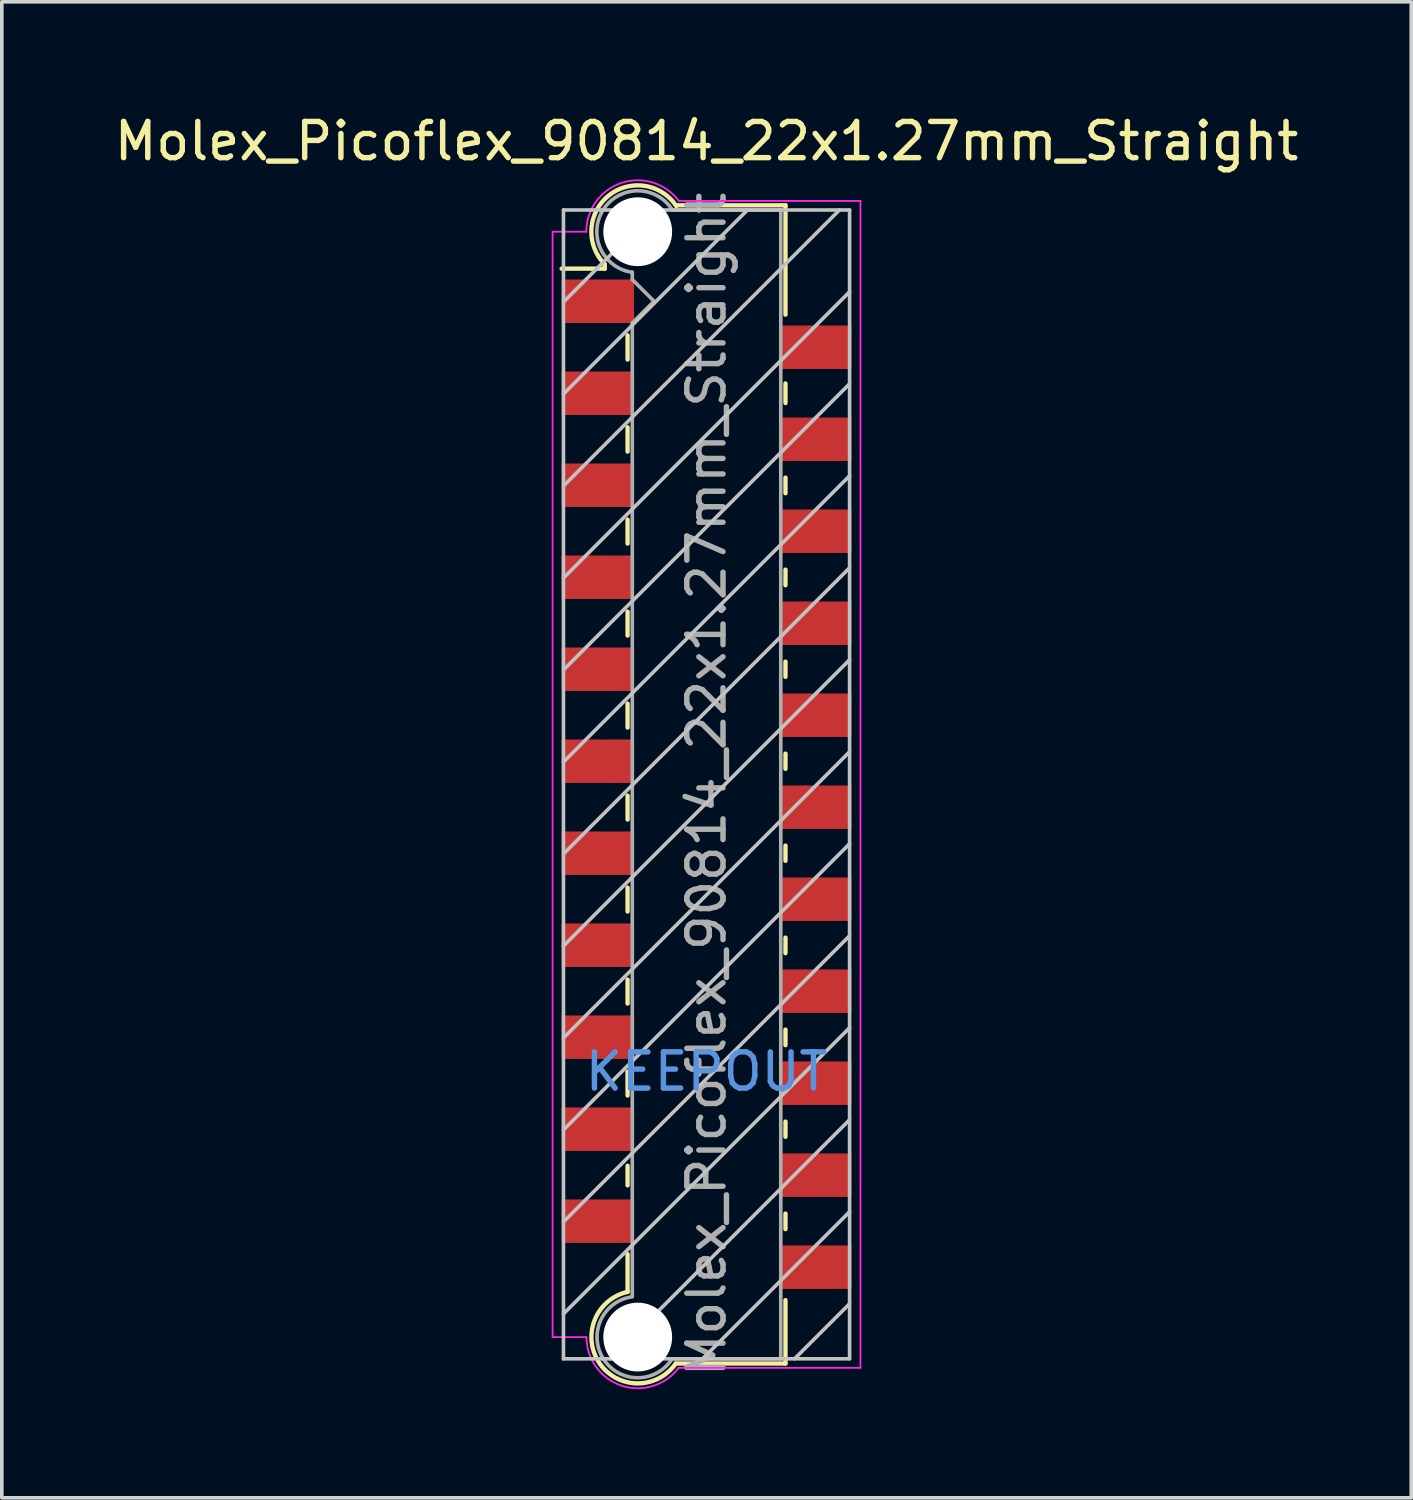
<source format=kicad_pcb>
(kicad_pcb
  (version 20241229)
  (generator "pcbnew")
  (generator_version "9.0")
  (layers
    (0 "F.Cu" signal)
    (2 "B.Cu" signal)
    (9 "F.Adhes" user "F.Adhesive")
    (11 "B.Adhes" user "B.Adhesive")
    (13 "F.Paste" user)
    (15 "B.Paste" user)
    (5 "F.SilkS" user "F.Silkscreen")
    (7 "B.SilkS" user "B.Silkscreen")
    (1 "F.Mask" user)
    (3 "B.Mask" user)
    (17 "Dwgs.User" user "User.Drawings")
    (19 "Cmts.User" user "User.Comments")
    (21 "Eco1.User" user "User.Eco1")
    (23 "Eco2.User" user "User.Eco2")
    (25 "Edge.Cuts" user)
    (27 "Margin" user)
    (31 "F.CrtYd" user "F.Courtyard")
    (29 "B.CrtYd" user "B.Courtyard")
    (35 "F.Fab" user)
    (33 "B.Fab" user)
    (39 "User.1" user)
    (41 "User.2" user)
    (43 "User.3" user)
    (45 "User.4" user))
  (footprint "Molex_Picoflex_90814_22x1.27mm_Straight"
    (layer "F.Cu")
    (at 16.458 18.608)
    (property "Reference" "Molex_Picoflex_90814_22x1.27mm_Straight" (at 0 -17.76 0) (layer "F.SilkS") (effects (font (size 1 1) (thickness 0.15))))
    (attr smd)
    (fp_line (start -2.81 -14.36) (end -2.81 -14.24) (stroke (width 0.12) (type solid)) (layer "F.SilkS"))
    (fp_line (start -2.81 -14.24) (end -4 -14.24) (stroke (width 0.12) (type solid)) (layer "F.SilkS"))
    (fp_line (start -2.18 -11.73) (end -2.18 -12.4) (stroke (width 0.12) (type solid)) (layer "F.SilkS"))
    (fp_line (start -2.18 -9.19) (end -2.18 -9.86) (stroke (width 0.12) (type solid)) (layer "F.SilkS"))
    (fp_line (start -2.18 -6.65) (end -2.18 -7.31) (stroke (width 0.12) (type solid)) (layer "F.SilkS"))
    (fp_line (start -2.18 -4.11) (end -2.18 -4.77) (stroke (width 0.12) (type solid)) (layer "F.SilkS"))
    (fp_line (start -2.18 -1.57) (end -2.18 -2.23) (stroke (width 0.12) (type solid)) (layer "F.SilkS"))
    (fp_line (start -2.18 0.97) (end -2.18 0.31) (stroke (width 0.12) (type solid)) (layer "F.SilkS"))
    (fp_line (start -2.18 3.51) (end -2.18 2.85) (stroke (width 0.12) (type solid)) (layer "F.SilkS"))
    (fp_line (start -2.18 6.05) (end -2.18 5.39) (stroke (width 0.12) (type solid)) (layer "F.SilkS"))
    (fp_line (start -2.18 8.59) (end -2.18 7.93) (stroke (width 0.12) (type solid)) (layer "F.SilkS"))
    (fp_line (start -2.18 11.07) (end -2.18 10.53) (stroke (width 0.12) (type solid)) (layer "F.SilkS"))
    (fp_line (start -2.18 14.01) (end -2.18 12.97) (stroke (width 0.12) (type solid)) (layer "F.SilkS"))
    (fp_line (start 2.18 -15.99) (end -0.82 -15.99) (stroke (width 0.12) (type solid)) (layer "F.SilkS"))
    (fp_line (start 2.18 -15.99) (end 2.18 -12.97) (stroke (width 0.12) (type solid)) (layer "F.SilkS"))
    (fp_line (start 2.18 -11.07) (end 2.18 -10.53) (stroke (width 0.12) (type solid)) (layer "F.SilkS"))
    (fp_line (start 2.18 -8.47) (end 2.18 -8.04) (stroke (width 0.12) (type solid)) (layer "F.SilkS"))
    (fp_line (start 2.18 -5.93) (end 2.18 -5.5) (stroke (width 0.12) (type solid)) (layer "F.SilkS"))
    (fp_line (start 2.18 -3.39) (end 2.18 -2.97) (stroke (width 0.12) (type solid)) (layer "F.SilkS"))
    (fp_line (start 2.18 -0.85) (end 2.18 -0.43) (stroke (width 0.12) (type solid)) (layer "F.SilkS"))
    (fp_line (start 2.18 1.69) (end 2.18 2.11) (stroke (width 0.12) (type solid)) (layer "F.SilkS"))
    (fp_line (start 2.18 4.23) (end 2.18 4.66) (stroke (width 0.12) (type solid)) (layer "F.SilkS"))
    (fp_line (start 2.18 6.77) (end 2.18 7.2) (stroke (width 0.12) (type solid)) (layer "F.SilkS"))
    (fp_line (start 2.18 9.31) (end 2.18 9.73) (stroke (width 0.12) (type solid)) (layer "F.SilkS"))
    (fp_line (start 2.18 11.85) (end 2.18 12.28) (stroke (width 0.12) (type solid)) (layer "F.SilkS"))
    (fp_line (start 2.18 14.24) (end 2.18 15.99) (stroke (width 0.12) (type solid)) (layer "F.SilkS"))
    (fp_line (start 2.18 15.99) (end -0.85 15.99) (stroke (width 0.12) (type solid)) (layer "F.SilkS"))
    (fp_arc (start -2.81 -14.36) (mid -2.708637 -16.252072) (end -0.834991 -15.969828) (stroke (width 0.12) (type solid)) (layer "F.SilkS"))
    (fp_arc (start -0.85 15.99) (mid -2.962791 15.971248) (end -2.174424 14.010964) (stroke (width 0.12) (type solid)) (layer "F.SilkS"))
    (fp_line (start -3.95 -15.86) (end -3.95 15.86) (stroke (width 0.1) (type solid)) (layer "Dwgs.User"))
    (fp_line (start -3.95 -13.32) (end -1.41 -15.86) (stroke (width 0.1) (type solid)) (layer "Dwgs.User"))
    (fp_line (start -3.95 -10.78) (end 1.13 -15.86) (stroke (width 0.1) (type solid)) (layer "Dwgs.User"))
    (fp_line (start -3.95 -8.24) (end 3.67 -15.86) (stroke (width 0.1) (type solid)) (layer "Dwgs.User"))
    (fp_line (start -3.95 -5.7) (end 3.95 -13.6) (stroke (width 0.1) (type solid)) (layer "Dwgs.User"))
    (fp_line (start -3.95 -3.16) (end 3.95 -11.06) (stroke (width 0.1) (type solid)) (layer "Dwgs.User"))
    (fp_line (start -3.95 -0.62) (end 3.95 -8.52) (stroke (width 0.1) (type solid)) (layer "Dwgs.User"))
    (fp_line (start -3.95 1.92) (end 3.95 -5.98) (stroke (width 0.1) (type solid)) (layer "Dwgs.User"))
    (fp_line (start -3.95 4.46) (end 3.95 -3.44) (stroke (width 0.1) (type solid)) (layer "Dwgs.User"))
    (fp_line (start -3.95 7) (end 3.95 -0.9) (stroke (width 0.1) (type solid)) (layer "Dwgs.User"))
    (fp_line (start -3.95 9.54) (end 3.95 1.64) (stroke (width 0.1) (type solid)) (layer "Dwgs.User"))
    (fp_line (start -3.95 12.08) (end 3.95 4.18) (stroke (width 0.1) (type solid)) (layer "Dwgs.User"))
    (fp_line (start -3.95 14.62) (end 3.95 6.72) (stroke (width 0.1) (type solid)) (layer "Dwgs.User"))
    (fp_line (start -3.95 15.86) (end 3.95 15.86) (stroke (width 0.1) (type solid)) (layer "Dwgs.User"))
    (fp_line (start -2.65 15.86) (end 3.95 9.26) (stroke (width 0.1) (type solid)) (layer "Dwgs.User"))
    (fp_line (start -0.11 15.86) (end 3.95 11.8) (stroke (width 0.1) (type solid)) (layer "Dwgs.User"))
    (fp_line (start 2.43 15.86) (end 3.95 14.34) (stroke (width 0.1) (type solid)) (layer "Dwgs.User"))
    (fp_line (start 3.95 -15.86) (end -3.95 -15.86) (stroke (width 0.1) (type solid)) (layer "Dwgs.User"))
    (fp_line (start 3.95 15.86) (end 3.95 -15.86) (stroke (width 0.1) (type solid)) (layer "Dwgs.User"))
    (fp_line (start -4.25 15.26) (end -4.25 -15.26) (stroke (width 0.05) (type solid)) (layer "F.CrtYd"))
    (fp_line (start -3.32 -15.26) (end -4.25 -15.26) (stroke (width 0.05) (type solid)) (layer "F.CrtYd"))
    (fp_line (start -3.32 15.26) (end -4.25 15.26) (stroke (width 0.05) (type solid)) (layer "F.CrtYd"))
    (fp_line (start 4.25 -16.11) (end -0.76 -16.11) (stroke (width 0.05) (type solid)) (layer "F.CrtYd"))
    (fp_line (start 4.25 -16.11) (end 4.25 16.11) (stroke (width 0.05) (type solid)) (layer "F.CrtYd"))
    (fp_line (start 4.25 16.11) (end -0.77 16.11) (stroke (width 0.05) (type solid)) (layer "F.CrtYd"))
    (fp_arc (start -3.32 -15.26) (mid -2.344692 -16.608573) (end -0.758523 -16.104648) (stroke (width 0.05) (type solid)) (layer "F.CrtYd"))
    (fp_arc (start -0.77 16.11) (mid -2.348691 16.600924) (end -3.314001 15.258743) (stroke (width 0.05) (type solid)) (layer "F.CrtYd"))
    (fp_line (start -2.05 -13.94) (end -2.05 -14.14) (stroke (width 0.1) (type solid)) (layer "F.Fab"))
    (fp_line (start -2.05 -12.74) (end -1.45 -13.34) (stroke (width 0.1) (type solid)) (layer "F.Fab"))
    (fp_line (start -2.05 14.14) (end -2.05 -12.74) (stroke (width 0.1) (type solid)) (layer "F.Fab"))
    (fp_line (start -1.45 -13.34) (end -2.05 -13.94) (stroke (width 0.1) (type solid)) (layer "F.Fab"))
    (fp_line (start 2.05 -15.86) (end -0.93 -15.86) (stroke (width 0.1) (type solid)) (layer "F.Fab"))
    (fp_line (start 2.05 -15.86) (end 2.05 15.86) (stroke (width 0.1) (type solid)) (layer "F.Fab"))
    (fp_line (start 2.05 15.86) (end -0.95 15.86) (stroke (width 0.1) (type solid)) (layer "F.Fab"))
    (fp_arc (start -2.05 -14.14) (mid -2.851672 -15.869279) (end -0.945612 -15.865015) (stroke (width 0.1) (type solid)) (layer "F.Fab"))
    (fp_arc (start -0.95 15.86) (mid -2.845272 15.867422) (end -2.051022 14.146585) (stroke (width 0.1) (type solid)) (layer "F.Fab"))
    (fp_text user "KEEPOUT" (at 0 7.93 0) (layer "Cmts.User") (effects (font (size 1 1) (thickness 0.15))))
    (fp_text user "${REFERENCE}" (at 0 0 90) (layer "F.Fab") (effects (font (size 1 1) (thickness 0.15))))
    (pad "" np_thru_hole circle (at -1.9 -15.26) (size 1.9 1.9) (drill 1.9) (layers "*.Cu"))
    (pad "" np_thru_hole circle (at -1.9 15.26) (size 1.9 1.9) (drill 1.9) (layers "*.Cu"))
    (pad "1" smd rect (at -3 -13.34) (size 2 1.2) (layers "F.Cu" "F.Mask" "F.Paste"))
    (pad "2" smd rect (at 3 -12.07) (size 2 1.2) (layers "F.Cu" "F.Mask" "F.Paste"))
    (pad "3" smd rect (at -3 -10.8) (size 2 1.2) (layers "F.Cu" "F.Mask" "F.Paste"))
    (pad "4" smd rect (at 3 -9.53) (size 2 1.2) (layers "F.Cu" "F.Mask" "F.Paste"))
    (pad "5" smd rect (at -3 -8.26) (size 2 1.2) (layers "F.Cu" "F.Mask" "F.Paste"))
    (pad "6" smd rect (at 3 -6.99) (size 2 1.2) (layers "F.Cu" "F.Mask" "F.Paste"))
    (pad "7" smd rect (at -3 -5.72) (size 2 1.2) (layers "F.Cu" "F.Mask" "F.Paste"))
    (pad "8" smd rect (at 3 -4.45) (size 2 1.2) (layers "F.Cu" "F.Mask" "F.Paste"))
    (pad "9" smd rect (at -3 -3.18) (size 2 1.2) (layers "F.Cu" "F.Mask" "F.Paste"))
    (pad "10" smd rect (at 3 -1.91) (size 2 1.2) (layers "F.Cu" "F.Mask" "F.Paste"))
    (pad "11" smd rect (at -3 -0.64) (size 2 1.2) (layers "F.Cu" "F.Mask" "F.Paste"))
    (pad "12" smd rect (at 3 0.63) (size 2 1.2) (layers "F.Cu" "F.Mask" "F.Paste"))
    (pad "13" smd rect (at -3 1.9) (size 2 1.2) (layers "F.Cu" "F.Mask" "F.Paste"))
    (pad "14" smd rect (at 3 3.17) (size 2 1.2) (layers "F.Cu" "F.Mask" "F.Paste"))
    (pad "15" smd rect (at -3 4.44) (size 2 1.2) (layers "F.Cu" "F.Mask" "F.Paste"))
    (pad "16" smd rect (at 3 5.71) (size 2 1.2) (layers "F.Cu" "F.Mask" "F.Paste"))
    (pad "17" smd rect (at -3 6.98) (size 2 1.2) (layers "F.Cu" "F.Mask" "F.Paste"))
    (pad "18" smd rect (at 3 8.25) (size 2 1.2) (layers "F.Cu" "F.Mask" "F.Paste"))
    (pad "19" smd rect (at -3 9.52) (size 2 1.2) (layers "F.Cu" "F.Mask" "F.Paste"))
    (pad "20" smd rect (at 3 10.79) (size 2 1.2) (layers "F.Cu" "F.Mask" "F.Paste"))
    (pad "21" smd rect (at -3 12.06) (size 2 1.2) (layers "F.Cu" "F.Mask" "F.Paste"))
    (pad "22" smd rect (at 3 13.33) (size 2 1.2) (layers "F.Cu" "F.Mask" "F.Paste")))
  (gr_rect
    (start -3 -3)
    (end 35.917 38.307)
    (stroke (width 0.1) (type default))
    (fill no)
    (layer "Edge.Cuts")))
</source>
